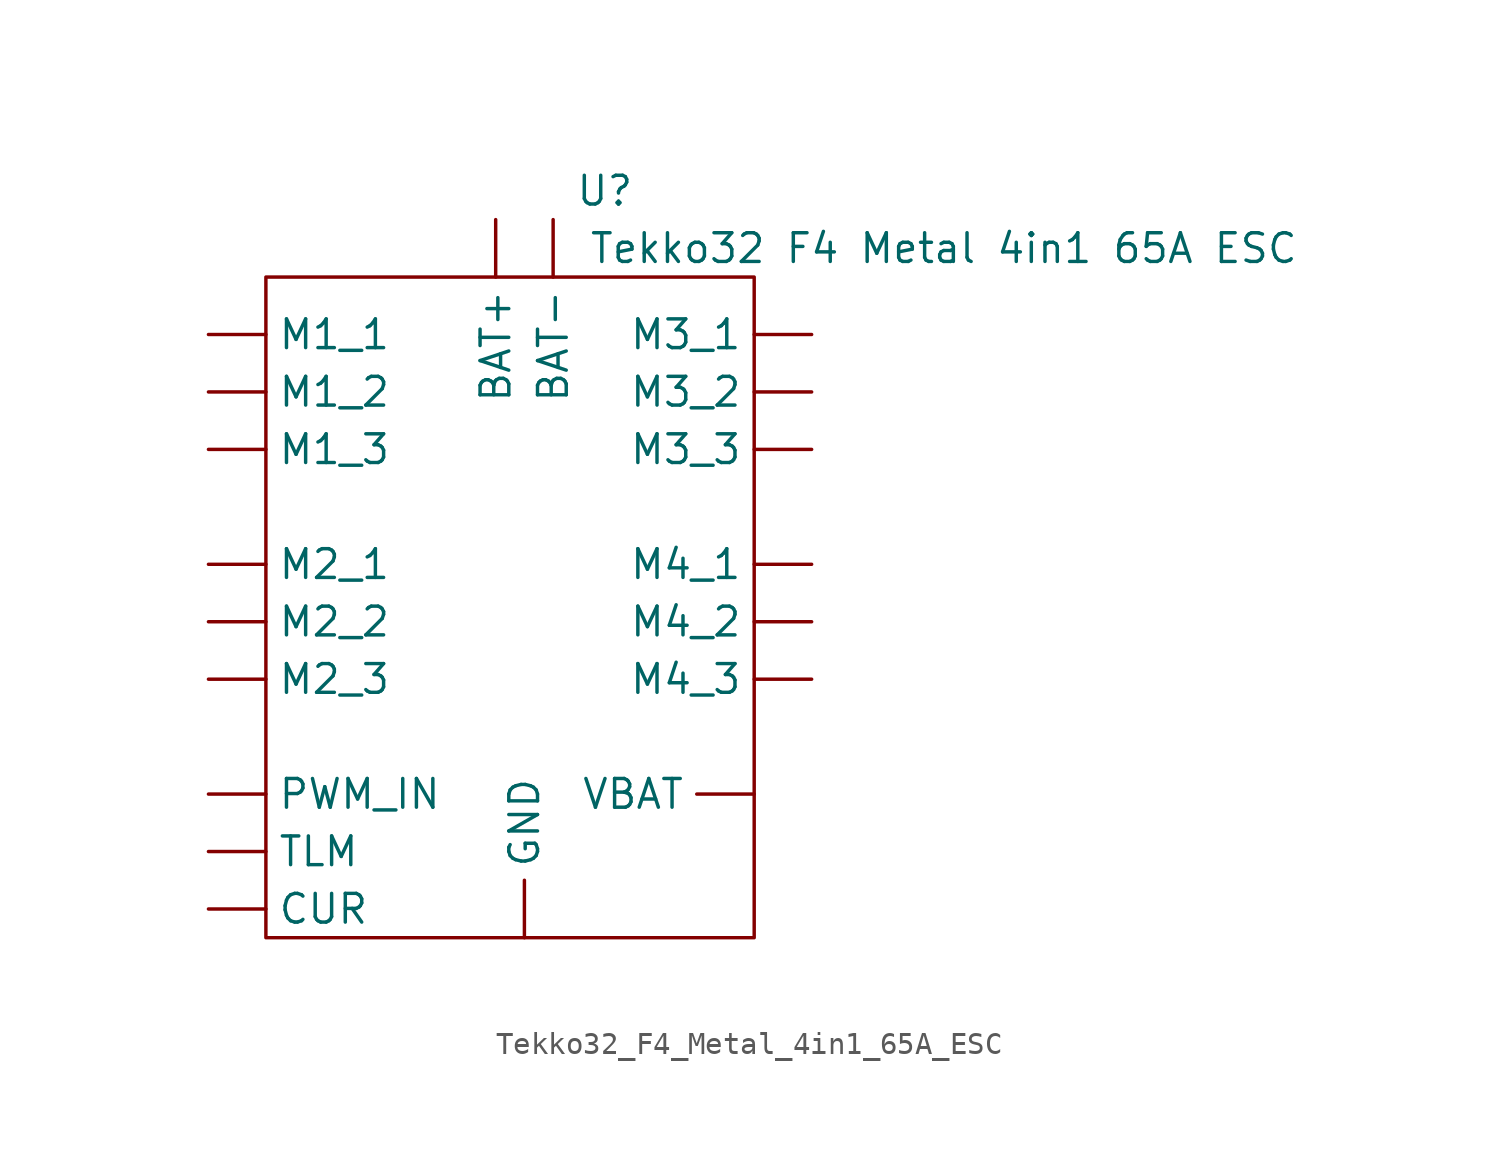
<source format=kicad_sym>
(kicad_symbol_lib
  (version 20231120)
  (generator "kicad_symbol_editor")
  (generator_version "8.0")
  (symbol "Tekko32_F4_Metal_4in1_65A_ESC"
    (property "Reference" "U"
      (at 3.556 1.27 0)
      (effects (font (size 1.27 1.27))))
    (property "Value" "Tekko32 F4 Metal 4in1 65A ESC"
      (at 18.542 -1.27 0)
      (effects (font (size 1.27 1.27))))
    (symbol "Tekko32_F4_Metal_4in1_65A_ESC_0_1"
      (rectangle (start -11.43 -2.54) (end 10.16 -31.75) (stroke (width 0) (type default)) (fill (type none))))
    (symbol "Tekko32_F4_Metal_4in1_65A_ESC_1_1"
      (pin power_in line (at -1.27 0 270) (length 2.54) (name "BAT+" (effects (font (size 1.27 1.27)))) (number "" (effects (font (size 1.27 1.27)))))
      (pin power_in line (at 1.27 0 270) (length 2.54) (name "BAT-" (effects (font (size 1.27 1.27)))) (number "" (effects (font (size 1.27 1.27)))))
      (pin output line (at -13.97 -30.48 0) (length 2.54) (name "CUR" (effects (font (size 1.27 1.27)))) (number "" (effects (font (size 1.27 1.27)))))
      (pin passive line (at 0 -31.75 90) (length 2.54) (name "GND" (effects (font (size 1.27 1.27)))) (number "" (effects (font (size 1.27 1.27)))))
      (pin power_out line (at -13.97 -5.08 0) (length 2.54) (name "M1_1" (effects (font (size 1.27 1.27)))) (number "" (effects (font (size 1.27 1.27)))))
      (pin power_out line (at -13.97 -7.62 0) (length 2.54) (name "M1_2" (effects (font (size 1.27 1.27)))) (number "" (effects (font (size 1.27 1.27)))))
      (pin power_out line (at -13.97 -10.16 0) (length 2.54) (name "M1_3" (effects (font (size 1.27 1.27)))) (number "" (effects (font (size 1.27 1.27)))))
      (pin power_out line (at -13.97 -15.24 0) (length 2.54) (name "M2_1" (effects (font (size 1.27 1.27)))) (number "" (effects (font (size 1.27 1.27)))))
      (pin power_out line (at -13.97 -17.78 0) (length 2.54) (name "M2_2" (effects (font (size 1.27 1.27)))) (number "" (effects (font (size 1.27 1.27)))))
      (pin power_out line (at -13.97 -20.32 0) (length 2.54) (name "M2_3" (effects (font (size 1.27 1.27)))) (number "" (effects (font (size 1.27 1.27)))))
      (pin power_out line (at 12.7 -5.08 180) (length 2.54) (name "M3_1" (effects (font (size 1.27 1.27)))) (number "" (effects (font (size 1.27 1.27)))))
      (pin power_out line (at 12.7 -7.62 180) (length 2.54) (name "M3_2" (effects (font (size 1.27 1.27)))) (number "" (effects (font (size 1.27 1.27)))))
      (pin power_out line (at 12.7 -10.16 180) (length 2.54) (name "M3_3" (effects (font (size 1.27 1.27)))) (number "" (effects (font (size 1.27 1.27)))))
      (pin power_out line (at 12.7 -15.24 180) (length 2.54) (name "M4_1" (effects (font (size 1.27 1.27)))) (number "" (effects (font (size 1.27 1.27)))))
      (pin power_out line (at 12.7 -17.78 180) (length 2.54) (name "M4_2" (effects (font (size 1.27 1.27)))) (number "" (effects (font (size 1.27 1.27)))))
      (pin power_out line (at 12.7 -20.32 180) (length 2.54) (name "M4_3" (effects (font (size 1.27 1.27)))) (number "" (effects (font (size 1.27 1.27)))))
      (pin input line (at -13.97 -25.4 0) (length 2.54) (name "PWM_IN" (effects (font (size 1.27 1.27)))) (number "" (effects (font (size 1.27 1.27)))))
      (pin output line (at -13.97 -27.94 0) (length 2.54) (name "TLM" (effects (font (size 1.27 1.27)))) (number "" (effects (font (size 1.27 1.27)))))
      (pin power_out line (at 10.16 -25.4 180) (length 2.54) (name "VBAT" (effects (font (size 1.27 1.27)))) (number "" (effects (font (size 1.27 1.27))))))))
</source>
